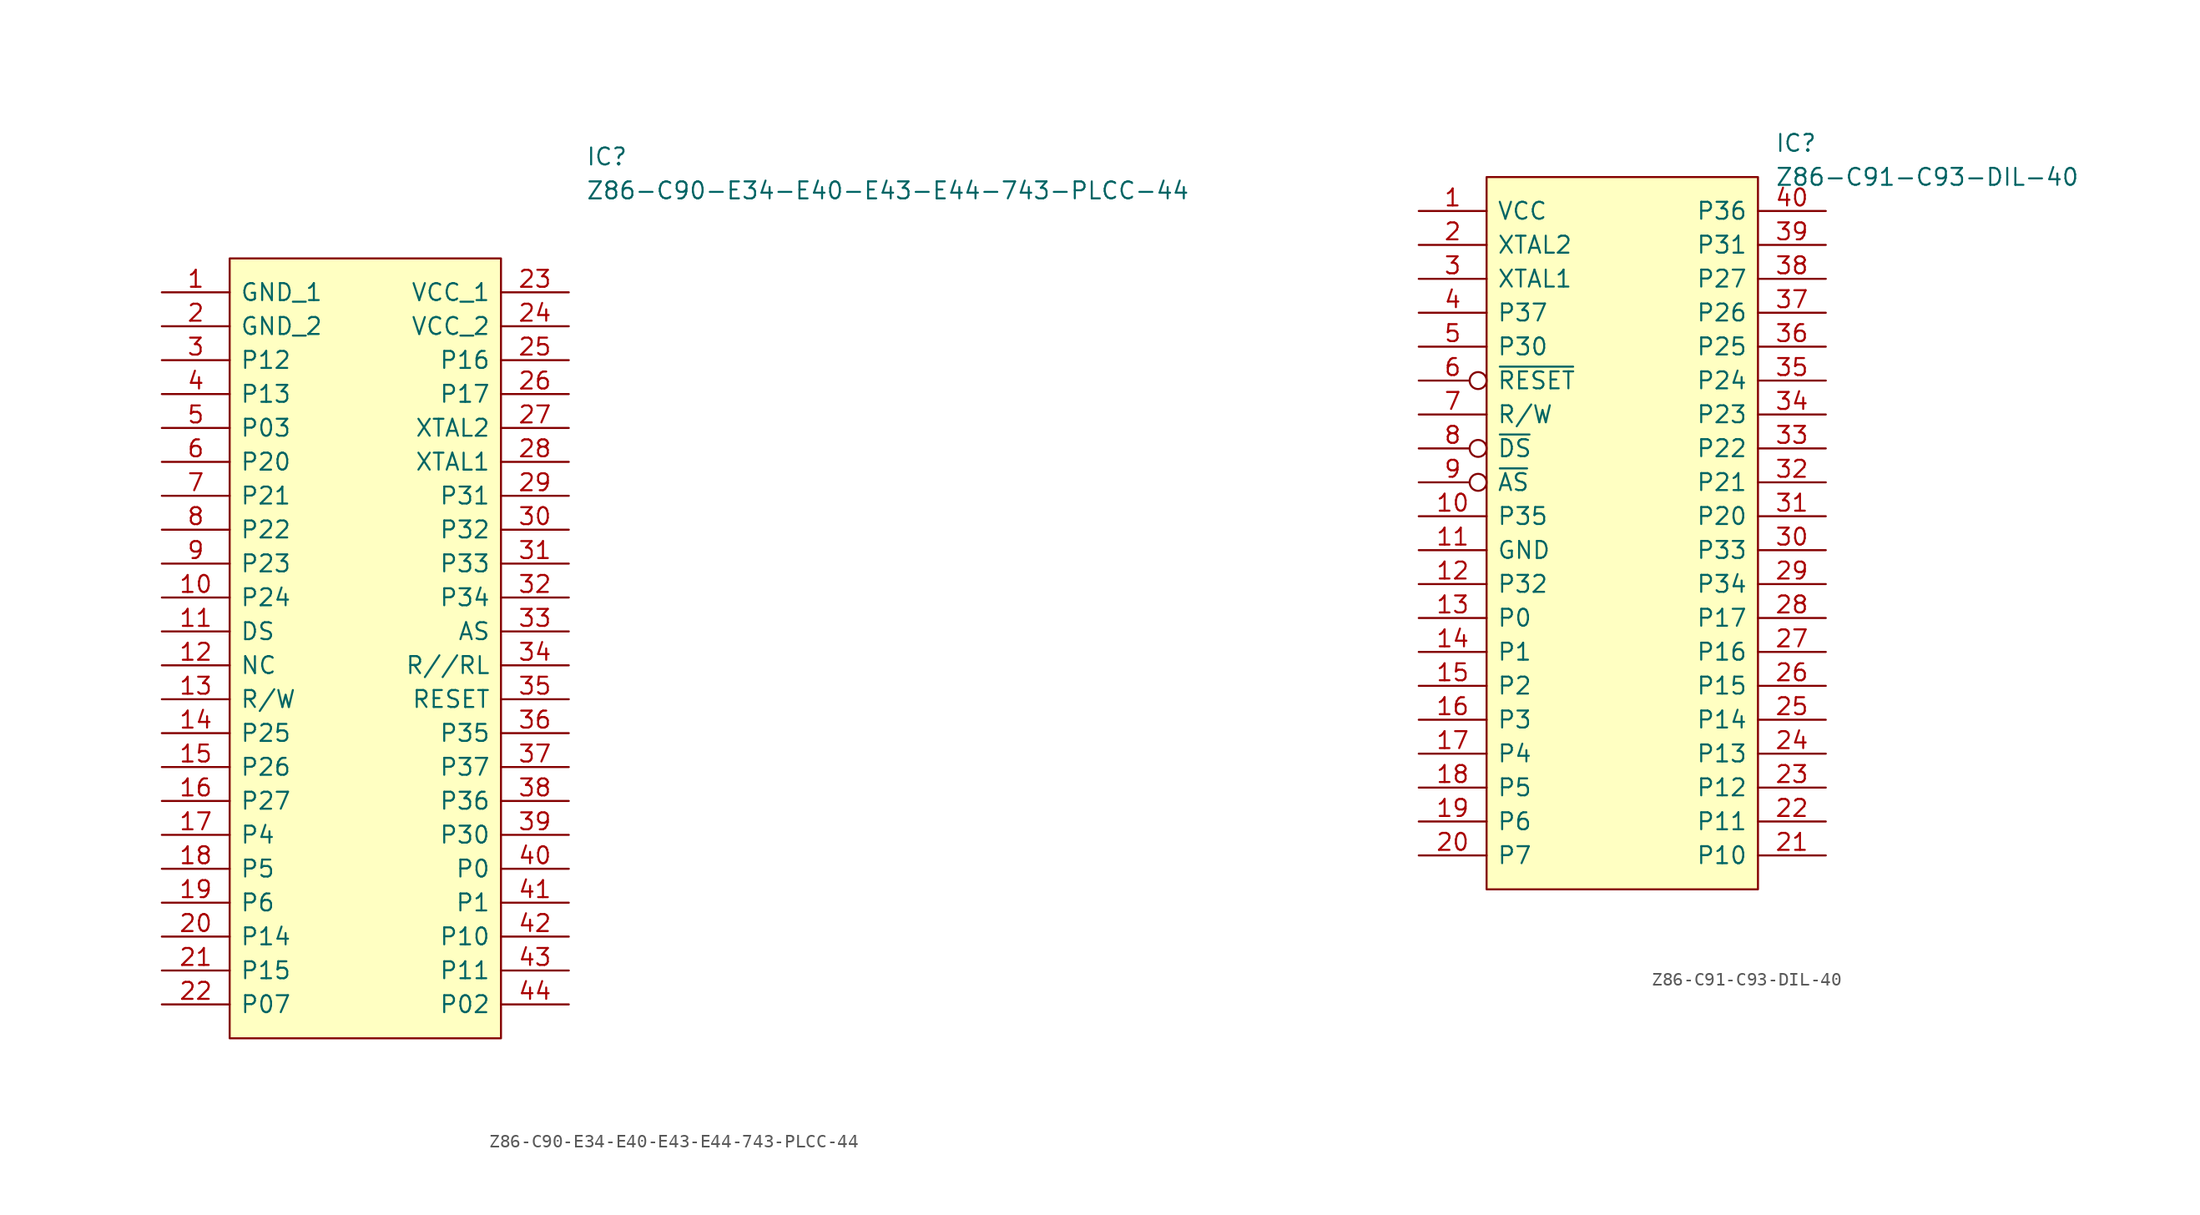
<source format=kicad_sym>
(kicad_symbol_lib
  (version 20211014)
  (generator kicad_symbol_editor)
  (symbol "Z86-C90-E34-E40-E43-E44-743-PLCC-44"
    (pin_names
      (offset 0.762))
    (property "Reference" "IC"
      (at 26.67 7.62 0)
      (effects (font (size 1.27 1.27)) (justify left)))
    (property "Value" "Z86-C90-E34-E40-E43-E44-743-PLCC-44"
      (at 26.67 5.08 0)
      (effects (font (size 1.27 1.27)) (justify left)))
    (symbol "Z86-C90-E34-E40-E43-E44-743-PLCC-44_0_0"
      (pin bidirectional line (at -5.08 -2.54 0) (length 5.08) (name "GND_1" (effects (font (size 1.27 1.27)))) (number "1" (effects (font (size 1.27 1.27)))))
      (pin bidirectional line (at -5.08 -25.4 0) (length 5.08) (name "P24" (effects (font (size 1.27 1.27)))) (number "10" (effects (font (size 1.27 1.27)))))
      (pin bidirectional line (at -5.08 -27.94 0) (length 5.08) (name "DS" (effects (font (size 1.27 1.27)))) (number "11" (effects (font (size 1.27 1.27)))))
      (pin bidirectional line (at -5.08 -30.48 0) (length 5.08) (name "NC" (effects (font (size 1.27 1.27)))) (number "12" (effects (font (size 1.27 1.27)))))
      (pin bidirectional line (at -5.08 -33.02 0) (length 5.08) (name "R/W" (effects (font (size 1.27 1.27)))) (number "13" (effects (font (size 1.27 1.27)))))
      (pin bidirectional line (at -5.08 -35.56 0) (length 5.08) (name "P25" (effects (font (size 1.27 1.27)))) (number "14" (effects (font (size 1.27 1.27)))))
      (pin bidirectional line (at -5.08 -38.1 0) (length 5.08) (name "P26" (effects (font (size 1.27 1.27)))) (number "15" (effects (font (size 1.27 1.27)))))
      (pin bidirectional line (at -5.08 -40.64 0) (length 5.08) (name "P27" (effects (font (size 1.27 1.27)))) (number "16" (effects (font (size 1.27 1.27)))))
      (pin bidirectional line (at -5.08 -43.18 0) (length 5.08) (name "P4" (effects (font (size 1.27 1.27)))) (number "17" (effects (font (size 1.27 1.27)))))
      (pin bidirectional line (at -5.08 -45.72 0) (length 5.08) (name "P5" (effects (font (size 1.27 1.27)))) (number "18" (effects (font (size 1.27 1.27)))))
      (pin bidirectional line (at -5.08 -48.26 0) (length 5.08) (name "P6" (effects (font (size 1.27 1.27)))) (number "19" (effects (font (size 1.27 1.27)))))
      (pin bidirectional line (at -5.08 -5.08 0) (length 5.08) (name "GND_2" (effects (font (size 1.27 1.27)))) (number "2" (effects (font (size 1.27 1.27)))))
      (pin bidirectional line (at -5.08 -50.8 0) (length 5.08) (name "P14" (effects (font (size 1.27 1.27)))) (number "20" (effects (font (size 1.27 1.27)))))
      (pin bidirectional line (at -5.08 -53.34 0) (length 5.08) (name "P15" (effects (font (size 1.27 1.27)))) (number "21" (effects (font (size 1.27 1.27)))))
      (pin bidirectional line (at -5.08 -55.88 0) (length 5.08) (name "P07" (effects (font (size 1.27 1.27)))) (number "22" (effects (font (size 1.27 1.27)))))
      (pin bidirectional line (at 25.4 -2.54 180) (length 5.08) (name "VCC_1" (effects (font (size 1.27 1.27)))) (number "23" (effects (font (size 1.27 1.27)))))
      (pin bidirectional line (at 25.4 -5.08 180) (length 5.08) (name "VCC_2" (effects (font (size 1.27 1.27)))) (number "24" (effects (font (size 1.27 1.27)))))
      (pin bidirectional line (at 25.4 -7.62 180) (length 5.08) (name "P16" (effects (font (size 1.27 1.27)))) (number "25" (effects (font (size 1.27 1.27)))))
      (pin bidirectional line (at 25.4 -10.16 180) (length 5.08) (name "P17" (effects (font (size 1.27 1.27)))) (number "26" (effects (font (size 1.27 1.27)))))
      (pin bidirectional line (at 25.4 -12.7 180) (length 5.08) (name "XTAL2" (effects (font (size 1.27 1.27)))) (number "27" (effects (font (size 1.27 1.27)))))
      (pin bidirectional line (at 25.4 -15.24 180) (length 5.08) (name "XTAL1" (effects (font (size 1.27 1.27)))) (number "28" (effects (font (size 1.27 1.27)))))
      (pin bidirectional line (at 25.4 -17.78 180) (length 5.08) (name "P31" (effects (font (size 1.27 1.27)))) (number "29" (effects (font (size 1.27 1.27)))))
      (pin bidirectional line (at -5.08 -7.62 0) (length 5.08) (name "P12" (effects (font (size 1.27 1.27)))) (number "3" (effects (font (size 1.27 1.27)))))
      (pin bidirectional line (at 25.4 -20.32 180) (length 5.08) (name "P32" (effects (font (size 1.27 1.27)))) (number "30" (effects (font (size 1.27 1.27)))))
      (pin bidirectional line (at 25.4 -22.86 180) (length 5.08) (name "P33" (effects (font (size 1.27 1.27)))) (number "31" (effects (font (size 1.27 1.27)))))
      (pin bidirectional line (at 25.4 -25.4 180) (length 5.08) (name "P34" (effects (font (size 1.27 1.27)))) (number "32" (effects (font (size 1.27 1.27)))))
      (pin bidirectional line (at 25.4 -27.94 180) (length 5.08) (name "AS" (effects (font (size 1.27 1.27)))) (number "33" (effects (font (size 1.27 1.27)))))
      (pin bidirectional line (at 25.4 -30.48 180) (length 5.08) (name "R//RL" (effects (font (size 1.27 1.27)))) (number "34" (effects (font (size 1.27 1.27)))))
      (pin bidirectional line (at 25.4 -33.02 180) (length 5.08) (name "RESET" (effects (font (size 1.27 1.27)))) (number "35" (effects (font (size 1.27 1.27)))))
      (pin bidirectional line (at 25.4 -35.56 180) (length 5.08) (name "P35" (effects (font (size 1.27 1.27)))) (number "36" (effects (font (size 1.27 1.27)))))
      (pin bidirectional line (at 25.4 -38.1 180) (length 5.08) (name "P37" (effects (font (size 1.27 1.27)))) (number "37" (effects (font (size 1.27 1.27)))))
      (pin bidirectional line (at 25.4 -40.64 180) (length 5.08) (name "P36" (effects (font (size 1.27 1.27)))) (number "38" (effects (font (size 1.27 1.27)))))
      (pin bidirectional line (at 25.4 -43.18 180) (length 5.08) (name "P30" (effects (font (size 1.27 1.27)))) (number "39" (effects (font (size 1.27 1.27)))))
      (pin bidirectional line (at -5.08 -10.16 0) (length 5.08) (name "P13" (effects (font (size 1.27 1.27)))) (number "4" (effects (font (size 1.27 1.27)))))
      (pin bidirectional line (at 25.4 -45.72 180) (length 5.08) (name "P0" (effects (font (size 1.27 1.27)))) (number "40" (effects (font (size 1.27 1.27)))))
      (pin bidirectional line (at 25.4 -48.26 180) (length 5.08) (name "P1" (effects (font (size 1.27 1.27)))) (number "41" (effects (font (size 1.27 1.27)))))
      (pin bidirectional line (at 25.4 -50.8 180) (length 5.08) (name "P10" (effects (font (size 1.27 1.27)))) (number "42" (effects (font (size 1.27 1.27)))))
      (pin bidirectional line (at 25.4 -53.34 180) (length 5.08) (name "P11" (effects (font (size 1.27 1.27)))) (number "43" (effects (font (size 1.27 1.27)))))
      (pin bidirectional line (at 25.4 -55.88 180) (length 5.08) (name "P02" (effects (font (size 1.27 1.27)))) (number "44" (effects (font (size 1.27 1.27)))))
      (pin bidirectional line (at -5.08 -12.7 0) (length 5.08) (name "P03" (effects (font (size 1.27 1.27)))) (number "5" (effects (font (size 1.27 1.27)))))
      (pin bidirectional line (at -5.08 -15.24 0) (length 5.08) (name "P20" (effects (font (size 1.27 1.27)))) (number "6" (effects (font (size 1.27 1.27)))))
      (pin bidirectional line (at -5.08 -17.78 0) (length 5.08) (name "P21" (effects (font (size 1.27 1.27)))) (number "7" (effects (font (size 1.27 1.27)))))
      (pin bidirectional line (at -5.08 -20.32 0) (length 5.08) (name "P22" (effects (font (size 1.27 1.27)))) (number "8" (effects (font (size 1.27 1.27)))))
      (pin bidirectional line (at -5.08 -22.86 0) (length 5.08) (name "P23" (effects (font (size 1.27 1.27)))) (number "9" (effects (font (size 1.27 1.27))))))
    (symbol "Z86-C90-E34-E40-E43-E44-743-PLCC-44_0_1"
      (polyline (pts (xy 0 0) (xy 20.32 0) (xy 20.32 -58.42) (xy 0 -58.42) (xy 0 0)) (stroke (width 0.152) (type solid)) (fill (type background)))))
  (symbol "Z86-C91-C93-DIL-40"
    (pin_names
      (offset 0.762))
    (property "Reference" "IC"
      (at 21.59 2.54 0)
      (effects (font (size 1.27 1.27)) (justify left)))
    (property "Value" "Z86-C91-C93-DIL-40"
      (at 21.59 0 0)
      (effects (font (size 1.27 1.27)) (justify left)))
    (symbol "Z86-C91-C93-DIL-40_0_0"
      (pin power_in line (at -5.08 -2.54 0) (length 5.08) (name "VCC" (effects (font (size 1.27 1.27)))) (number "1" (effects (font (size 1.27 1.27)))))
      (pin bidirectional line (at -5.08 -25.4 0) (length 5.08) (name "P35" (effects (font (size 1.27 1.27)))) (number "10" (effects (font (size 1.27 1.27)))))
      (pin power_in line (at -5.08 -27.94 0) (length 5.08) (name "GND" (effects (font (size 1.27 1.27)))) (number "11" (effects (font (size 1.27 1.27)))))
      (pin bidirectional line (at -5.08 -30.48 0) (length 5.08) (name "P32" (effects (font (size 1.27 1.27)))) (number "12" (effects (font (size 1.27 1.27)))))
      (pin bidirectional line (at -5.08 -33.02 0) (length 5.08) (name "P0" (effects (font (size 1.27 1.27)))) (number "13" (effects (font (size 1.27 1.27)))))
      (pin bidirectional line (at -5.08 -35.56 0) (length 5.08) (name "P1" (effects (font (size 1.27 1.27)))) (number "14" (effects (font (size 1.27 1.27)))))
      (pin bidirectional line (at -5.08 -38.1 0) (length 5.08) (name "P2" (effects (font (size 1.27 1.27)))) (number "15" (effects (font (size 1.27 1.27)))))
      (pin bidirectional line (at -5.08 -40.64 0) (length 5.08) (name "P3" (effects (font (size 1.27 1.27)))) (number "16" (effects (font (size 1.27 1.27)))))
      (pin bidirectional line (at -5.08 -43.18 0) (length 5.08) (name "P4" (effects (font (size 1.27 1.27)))) (number "17" (effects (font (size 1.27 1.27)))))
      (pin bidirectional line (at -5.08 -45.72 0) (length 5.08) (name "P5" (effects (font (size 1.27 1.27)))) (number "18" (effects (font (size 1.27 1.27)))))
      (pin bidirectional line (at -5.08 -48.26 0) (length 5.08) (name "P6" (effects (font (size 1.27 1.27)))) (number "19" (effects (font (size 1.27 1.27)))))
      (pin bidirectional line (at -5.08 -5.08 0) (length 5.08) (name "XTAL2" (effects (font (size 1.27 1.27)))) (number "2" (effects (font (size 1.27 1.27)))))
      (pin bidirectional line (at -5.08 -50.8 0) (length 5.08) (name "P7" (effects (font (size 1.27 1.27)))) (number "20" (effects (font (size 1.27 1.27)))))
      (pin bidirectional line (at 25.4 -50.8 180) (length 5.08) (name "P10" (effects (font (size 1.27 1.27)))) (number "21" (effects (font (size 1.27 1.27)))))
      (pin bidirectional line (at 25.4 -48.26 180) (length 5.08) (name "P11" (effects (font (size 1.27 1.27)))) (number "22" (effects (font (size 1.27 1.27)))))
      (pin bidirectional line (at 25.4 -45.72 180) (length 5.08) (name "P12" (effects (font (size 1.27 1.27)))) (number "23" (effects (font (size 1.27 1.27)))))
      (pin bidirectional line (at 25.4 -43.18 180) (length 5.08) (name "P13" (effects (font (size 1.27 1.27)))) (number "24" (effects (font (size 1.27 1.27)))))
      (pin bidirectional line (at 25.4 -40.64 180) (length 5.08) (name "P14" (effects (font (size 1.27 1.27)))) (number "25" (effects (font (size 1.27 1.27)))))
      (pin bidirectional line (at 25.4 -38.1 180) (length 5.08) (name "P15" (effects (font (size 1.27 1.27)))) (number "26" (effects (font (size 1.27 1.27)))))
      (pin bidirectional line (at 25.4 -35.56 180) (length 5.08) (name "P16" (effects (font (size 1.27 1.27)))) (number "27" (effects (font (size 1.27 1.27)))))
      (pin bidirectional line (at 25.4 -33.02 180) (length 5.08) (name "P17" (effects (font (size 1.27 1.27)))) (number "28" (effects (font (size 1.27 1.27)))))
      (pin bidirectional line (at 25.4 -30.48 180) (length 5.08) (name "P34" (effects (font (size 1.27 1.27)))) (number "29" (effects (font (size 1.27 1.27)))))
      (pin bidirectional line (at -5.08 -7.62 0) (length 5.08) (name "XTAL1" (effects (font (size 1.27 1.27)))) (number "3" (effects (font (size 1.27 1.27)))))
      (pin bidirectional line (at 25.4 -27.94 180) (length 5.08) (name "P33" (effects (font (size 1.27 1.27)))) (number "30" (effects (font (size 1.27 1.27)))))
      (pin bidirectional line (at 25.4 -25.4 180) (length 5.08) (name "P20" (effects (font (size 1.27 1.27)))) (number "31" (effects (font (size 1.27 1.27)))))
      (pin bidirectional line (at 25.4 -22.86 180) (length 5.08) (name "P21" (effects (font (size 1.27 1.27)))) (number "32" (effects (font (size 1.27 1.27)))))
      (pin bidirectional line (at 25.4 -20.32 180) (length 5.08) (name "P22" (effects (font (size 1.27 1.27)))) (number "33" (effects (font (size 1.27 1.27)))))
      (pin bidirectional line (at 25.4 -17.78 180) (length 5.08) (name "P23" (effects (font (size 1.27 1.27)))) (number "34" (effects (font (size 1.27 1.27)))))
      (pin bidirectional line (at 25.4 -15.24 180) (length 5.08) (name "P24" (effects (font (size 1.27 1.27)))) (number "35" (effects (font (size 1.27 1.27)))))
      (pin bidirectional line (at 25.4 -12.7 180) (length 5.08) (name "P25" (effects (font (size 1.27 1.27)))) (number "36" (effects (font (size 1.27 1.27)))))
      (pin bidirectional line (at 25.4 -10.16 180) (length 5.08) (name "P26" (effects (font (size 1.27 1.27)))) (number "37" (effects (font (size 1.27 1.27)))))
      (pin bidirectional line (at 25.4 -7.62 180) (length 5.08) (name "P27" (effects (font (size 1.27 1.27)))) (number "38" (effects (font (size 1.27 1.27)))))
      (pin bidirectional line (at 25.4 -5.08 180) (length 5.08) (name "P31" (effects (font (size 1.27 1.27)))) (number "39" (effects (font (size 1.27 1.27)))))
      (pin bidirectional line (at -5.08 -10.16 0) (length 5.08) (name "P37" (effects (font (size 1.27 1.27)))) (number "4" (effects (font (size 1.27 1.27)))))
      (pin bidirectional line (at 25.4 -2.54 180) (length 5.08) (name "P36" (effects (font (size 1.27 1.27)))) (number "40" (effects (font (size 1.27 1.27)))))
      (pin bidirectional line (at -5.08 -12.7 0) (length 5.08) (name "P30" (effects (font (size 1.27 1.27)))) (number "5" (effects (font (size 1.27 1.27)))))
      (pin input inverted (at -5.08 -15.24 0) (length 5.08) (name "~{RESET}" (effects (font (size 1.27 1.27)))) (number "6" (effects (font (size 1.27 1.27)))))
      (pin bidirectional line (at -5.08 -17.78 0) (length 5.08) (name "R/W" (effects (font (size 1.27 1.27)))) (number "7" (effects (font (size 1.27 1.27)))))
      (pin output inverted (at -5.08 -20.32 0) (length 5.08) (name "~{DS}" (effects (font (size 1.27 1.27)))) (number "8" (effects (font (size 1.27 1.27)))))
      (pin output inverted (at -5.08 -22.86 0) (length 5.08) (name "~{AS}" (effects (font (size 1.27 1.27)))) (number "9" (effects (font (size 1.27 1.27))))))
    (symbol "Z86-C91-C93-DIL-40_0_1"
      (polyline (pts (xy 0 0) (xy 20.32 0) (xy 20.32 -53.34) (xy 0 -53.34) (xy 0 0)) (stroke (width 0.152) (type solid)) (fill (type background))))))
</source>
